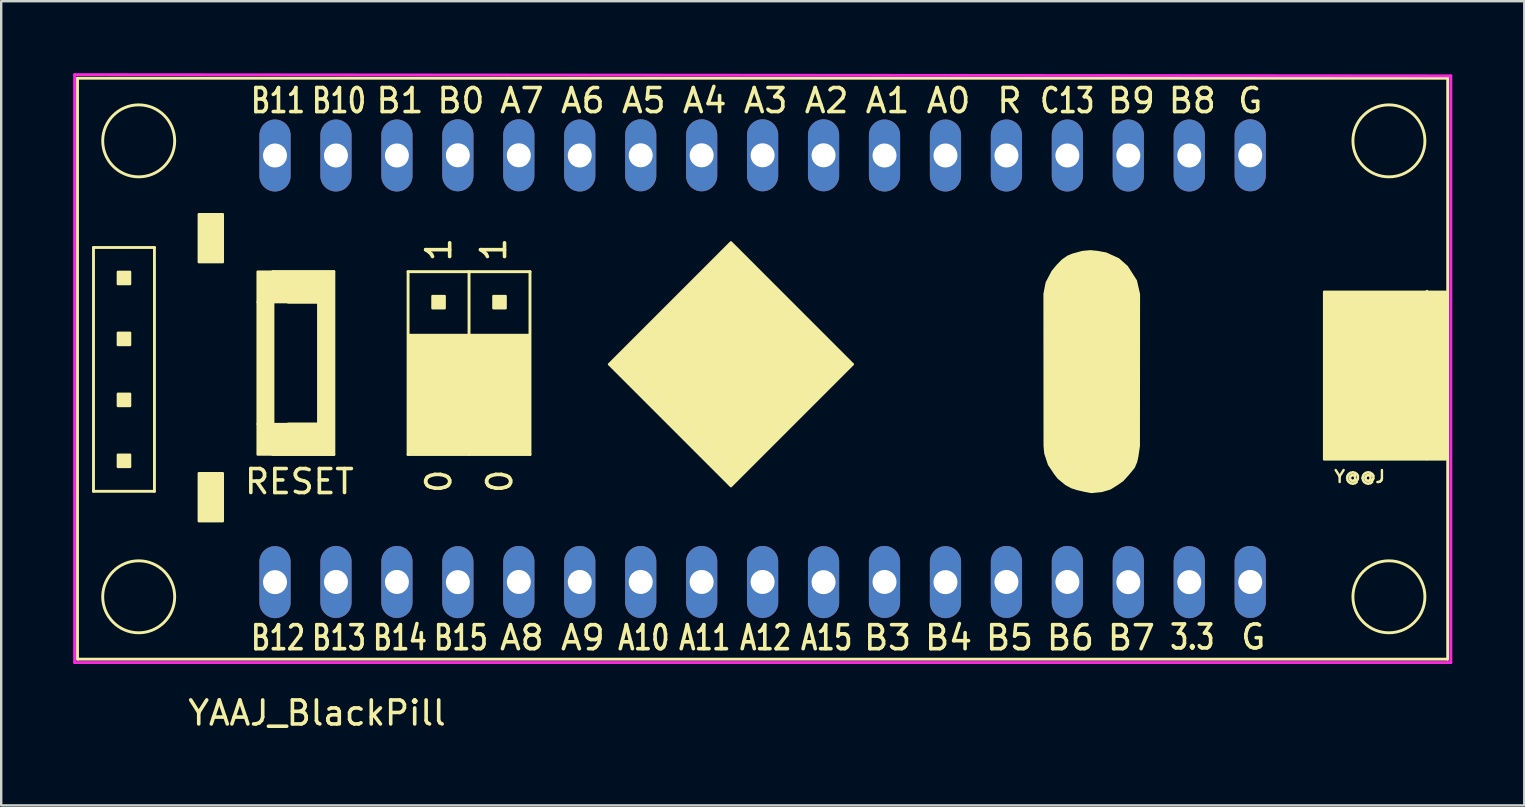
<source format=kicad_pcb>
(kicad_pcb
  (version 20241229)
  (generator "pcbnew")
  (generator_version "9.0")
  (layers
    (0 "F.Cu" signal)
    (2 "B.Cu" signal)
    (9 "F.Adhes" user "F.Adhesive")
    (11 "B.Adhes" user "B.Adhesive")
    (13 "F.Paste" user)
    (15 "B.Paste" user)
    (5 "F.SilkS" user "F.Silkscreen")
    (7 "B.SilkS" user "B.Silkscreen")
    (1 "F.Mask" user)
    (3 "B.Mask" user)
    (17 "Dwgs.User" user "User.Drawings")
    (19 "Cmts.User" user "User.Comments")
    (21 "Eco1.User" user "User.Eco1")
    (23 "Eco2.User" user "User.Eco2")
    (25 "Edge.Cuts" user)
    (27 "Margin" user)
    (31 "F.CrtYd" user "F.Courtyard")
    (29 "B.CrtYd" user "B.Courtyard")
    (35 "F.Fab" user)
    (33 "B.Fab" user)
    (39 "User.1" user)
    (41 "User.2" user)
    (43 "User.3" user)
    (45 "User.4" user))
  (footprint "YAAJ_BlackPill"
    (layer "F.Cu")
    (at 8.41 21.21)
    (property "Reference" "YAAJ_BlackPill" (at 1.75 5.453 180) (layer "F.SilkS") (effects (font (size 1 1) (thickness 0.15))))
    (attr through_hole)
    (fp_line (start -8.23 -21) (end 48.87 -21) (stroke (width 0.12) (type solid)) (layer "F.SilkS"))
    (fp_line (start -8.23 3.21) (end -8.23 -21) (stroke (width 0.12) (type solid)) (layer "F.SilkS"))
    (fp_line (start -7.564 -13.946) (end -7.564 -3.786) (stroke (width 0.12) (type solid)) (layer "F.SilkS"))
    (fp_line (start -7.564 -3.786) (end -5.024 -3.786) (stroke (width 0.12) (type solid)) (layer "F.SilkS"))
    (fp_line (start -5.024 -13.946) (end -7.564 -13.946) (stroke (width 0.12) (type solid)) (layer "F.SilkS"))
    (fp_line (start -5.024 -3.786) (end -5.024 -13.946) (stroke (width 0.12) (type solid)) (layer "F.SilkS"))
    (fp_line (start -0.088 -12.939) (end 2.452 -12.939) (stroke (width 0.12) (type solid)) (layer "F.SilkS"))
    (fp_line (start -0.088 -5.319) (end -0.088 -12.939) (stroke (width 0.12) (type solid)) (layer "F.SilkS"))
    (fp_line (start 0.547 -11.669) (end 1.817 -11.669) (stroke (width 0.12) (type solid)) (layer "F.SilkS"))
    (fp_line (start 1.817 -11.669) (end 1.817 -6.589) (stroke (width 0.12) (type solid)) (layer "F.SilkS"))
    (fp_line (start 1.817 -6.589) (end 0.547 -6.589) (stroke (width 0.12) (type solid)) (layer "F.SilkS"))
    (fp_line (start 2.452 -12.939) (end 2.452 -5.319) (stroke (width 0.12) (type solid)) (layer "F.SilkS"))
    (fp_line (start 2.452 -5.319) (end -0.088 -5.319) (stroke (width 0.12) (type solid)) (layer "F.SilkS"))
    (fp_line (start 5.546 -12.939) (end 5.546 -5.319) (stroke (width 0.12) (type solid)) (layer "F.SilkS"))
    (fp_line (start 5.546 -5.319) (end 10.626 -5.319) (stroke (width 0.12) (type solid)) (layer "F.SilkS"))
    (fp_line (start 8.086 -5.319) (end 8.086 -12.939) (stroke (width 0.12) (type solid)) (layer "F.SilkS"))
    (fp_line (start 10.626 -12.939) (end 5.546 -12.939) (stroke (width 0.12) (type solid)) (layer "F.SilkS"))
    (fp_line (start 10.626 -5.319) (end 10.626 -12.939) (stroke (width 0.12) (type solid)) (layer "F.SilkS"))
    (fp_line (start 35.151 -4.58) (end 35.151 -10.676) (stroke (width 0.12) (type solid)) (layer "F.SilkS"))
    (fp_line (start 48.004 -5.135) (end 48.004 -12.12) (stroke (width 0.12) (type solid)) (layer "F.SilkS"))
    (fp_line (start 48.87 -21) (end 48.87 3.21) (stroke (width 0.12) (type solid)) (layer "F.SilkS"))
    (fp_line (start 48.87 3.21) (end -8.23 3.21) (stroke (width 0.12) (type solid)) (layer "F.SilkS"))
    (fp_circle (center -5.68 -18.39) (end -4.18 -18.39) (stroke (width 0.12) (type solid)) (fill no) (layer "F.SilkS"))
    (fp_circle (center -5.68 0.61) (end -4.18 0.61) (stroke (width 0.12) (type solid)) (fill no) (layer "F.SilkS"))
    (fp_circle (center 46.42 -18.39) (end 47.92 -18.39) (stroke (width 0.12) (type solid)) (fill no) (layer "F.SilkS"))
    (fp_circle (center 46.42 0.61) (end 47.92 0.61) (stroke (width 0.12) (type solid)) (fill no) (layer "F.SilkS"))
    (fp_poly (pts (xy -6.548 -12.422) (xy -6.04 -12.422) (xy -6.04 -12.93) (xy -6.548 -12.93)) (stroke (width 0.1) (type solid)) (fill yes) (layer "F.SilkS"))
    (fp_poly (pts (xy -6.548 -9.882) (xy -6.04 -9.882) (xy -6.04 -10.39) (xy -6.548 -10.39)) (stroke (width 0.1) (type solid)) (fill yes) (layer "F.SilkS"))
    (fp_poly (pts (xy -6.548 -7.342) (xy -6.04 -7.342) (xy -6.04 -7.85) (xy -6.548 -7.85)) (stroke (width 0.1) (type solid)) (fill yes) (layer "F.SilkS"))
    (fp_poly (pts (xy -6.548 -4.802) (xy -6.04 -4.802) (xy -6.04 -5.31) (xy -6.548 -5.31)) (stroke (width 0.1) (type solid)) (fill yes) (layer "F.SilkS"))
    (fp_poly (pts (xy -3.175 -15.335) (xy -3.175 -13.335) (xy -2.175 -13.335) (xy -2.175 -15.335)) (stroke (width 0.1) (type solid)) (fill yes) (layer "F.SilkS"))
    (fp_poly (pts (xy -2.175 -4.54) (xy -3.175 -4.54) (xy -3.175 -2.54) (xy -2.175 -2.54)) (stroke (width 0.1) (type solid)) (fill yes) (layer "F.SilkS"))
    (fp_poly (pts (xy -0.088 -6.589) (xy -0.723 -6.589) (xy -0.723 -11.669) (xy -0.088 -11.669)) (stroke (width 0.1) (type solid)) (fill yes) (layer "F.SilkS"))
    (fp_poly (pts (xy 2.452 -11.669) (xy -0.723 -11.669) (xy -0.723 -12.939) (xy 2.452 -12.939)) (stroke (width 0.1) (type solid)) (fill yes) (layer "F.SilkS"))
    (fp_poly (pts (xy 2.452 -6.589) (xy 1.817 -6.589) (xy 1.817 -11.669) (xy 2.452 -11.669)) (stroke (width 0.1) (type solid)) (fill yes) (layer "F.SilkS"))
    (fp_poly (pts (xy 2.452 -5.319) (xy -0.723 -5.319) (xy -0.723 -6.589) (xy 2.452 -6.589)) (stroke (width 0.1) (type solid)) (fill yes) (layer "F.SilkS"))
    (fp_poly (pts (xy 5.6 -5.4) (xy 5.6 -10.3) (xy 10.6 -10.3) (xy 10.6 -5.4)) (stroke (width 0.1) (type solid)) (fill yes) (layer "F.SilkS"))
    (fp_poly (pts (xy 7.07 -11.415) (xy 6.562 -11.415) (xy 6.562 -11.923) (xy 7.07 -11.923)) (stroke (width 0.1) (type solid)) (fill yes) (layer "F.SilkS"))
    (fp_poly (pts (xy 7.07 -8.875) (xy 6.562 -8.875) (xy 6.562 -9.383) (xy 7.07 -9.383)) (stroke (width 0.1) (type solid)) (fill yes) (layer "F.SilkS"))
    (fp_poly (pts (xy 7.07 -6.335) (xy 7.07 -6.843) (xy 6.562 -6.843) (xy 6.562 -6.335)) (stroke (width 0.1) (type solid)) (fill yes) (layer "F.SilkS"))
    (fp_poly (pts (xy 9.61 -11.415) (xy 9.61 -11.923) (xy 9.102 -11.923) (xy 9.102 -11.415)) (stroke (width 0.1) (type solid)) (fill yes) (layer "F.SilkS"))
    (fp_poly (pts (xy 9.61 -8.875) (xy 9.102 -8.875) (xy 9.102 -9.383) (xy 9.61 -9.383)) (stroke (width 0.1) (type solid)) (fill yes) (layer "F.SilkS"))
    (fp_poly (pts (xy 9.61 -6.335) (xy 9.102 -6.335) (xy 9.102 -6.843) (xy 9.61 -6.843)) (stroke (width 0.1) (type solid)) (fill yes) (layer "F.SilkS"))
    (fp_poly (pts (xy 13.92 -9.08) (xy 19 -4) (xy 24.08 -9.08) (xy 19 -14.16)) (stroke (width 0.1) (type solid)) (fill yes) (layer "F.SilkS"))
    (fp_poly (pts (xy 43.72 -5.115) (xy 48.8 -5.115) (xy 48.8 -12.1) (xy 43.72 -12.1)) (stroke (width 0.1) (type solid)) (fill yes) (layer "F.SilkS"))
    (fp_poly (pts (xy 32.104 -5.371) (xy 32.257 -4.907) (xy 32.514 -4.524) (xy 32.65 -4.347) (xy 32.965 -4.088) (xy 33.198 -3.961) (xy 33.43 -3.885) (xy 33.734 -3.814) (xy 34.021 -3.76) (xy 34.448 -3.803) (xy 34.798 -3.906) (xy 35.103 -4.098) (xy 35.319 -4.25) (xy 35.545 -4.499) (xy 35.784 -4.789) (xy 35.881 -5.018) (xy 35.926 -5.211) (xy 35.995 -5.675) (xy 36 -12) (xy 35.873 -12.556) (xy 35.5 -13.14) (xy 35.149 -13.453) (xy 34.633 -13.69) (xy 34.288 -13.754) (xy 33.983 -13.786) (xy 33.651 -13.755) (xy 33.249 -13.646) (xy 33.051 -13.565) (xy 32.828 -13.412) (xy 32.612 -13.191) (xy 32.406 -12.942) (xy 32.162 -12.48) (xy 32.071 -12.005) (xy 32.076 -5.683)) (stroke (width 0.1) (type solid)) (fill yes) (layer "F.SilkS"))
    (fp_line (start -8.35 -21.15) (end -8.35 3.35) (stroke (width 0.12) (type solid)) (layer "F.CrtYd"))
    (fp_line (start -8.35 3.35) (end 49 3.35) (stroke (width 0.12) (type solid)) (layer "F.CrtYd"))
    (fp_line (start 49 -21.1) (end -8.35 -21.15) (stroke (width 0.12) (type solid)) (layer "F.CrtYd"))
    (fp_line (start 49 3.35) (end 49 -21.1) (stroke (width 0.12) (type solid)) (layer "F.CrtYd"))
    (fp_text user "A11" (at 17.907 2.317 0) (layer "F.SilkS") (effects (font (size 1 0.762) (thickness 0.15))))
    (fp_text user "B10" (at 2.667 -20.066 0) (layer "F.SilkS") (effects (font (size 1 0.762) (thickness 0.15))))
    (fp_text user "A6" (at 12.827 -20.066 0) (layer "F.SilkS") (effects (font (size 1 1) (thickness 0.15))))
    (fp_text user "RESET" (at 1.016 -4.191 0) (layer "F.SilkS") (effects (font (size 1 1) (thickness 0.15))))
    (fp_text user "1" (at 6.824 -13.856 90) (layer "F.SilkS") (effects (font (size 1 1) (thickness 0.15))))
    (fp_text user "B6" (at 33.147 2.317 0) (layer "F.SilkS") (effects (font (size 1 1) (thickness 0.15))))
    (fp_text user "B14" (at 5.207 2.317 0) (layer "F.SilkS") (effects (font (size 1 0.762) (thickness 0.15))))
    (fp_text user "A4" (at 17.907 -20.066 0) (layer "F.SilkS") (effects (font (size 1 1) (thickness 0.15))))
    (fp_text user "A5" (at 15.367 -20.066 0) (layer "F.SilkS") (effects (font (size 1 1) (thickness 0.15))))
    (fp_text user "A7" (at 10.287 -20.066 0) (layer "F.SilkS") (effects (font (size 1 1) (thickness 0.15))))
    (fp_text user "B13" (at 2.667 2.317 0) (layer "F.SilkS") (effects (font (size 1 0.762) (thickness 0.15))))
    (fp_text user "0" (at 9.364 -4.204 90) (layer "F.SilkS") (effects (font (size 1 1) (thickness 0.15))))
    (fp_text user "A2" (at 22.987 -20.066 0) (layer "F.SilkS") (effects (font (size 1 1) (thickness 0.15))))
    (fp_text user "A0" (at 28.067 -20.066 0) (layer "F.SilkS") (effects (font (size 1 1) (thickness 0.15))))
    (fp_text user "B3" (at 25.527 2.317 0) (layer "F.SilkS") (effects (font (size 1 1) (thickness 0.15))))
    (fp_text user "A9" (at 12.827 2.317 0) (layer "F.SilkS") (effects (font (size 1 1) (thickness 0.15))))
    (fp_text user "B12" (at 0.127 2.317 0) (layer "F.SilkS") (effects (font (size 1 0.762) (thickness 0.15))))
    (fp_text user "1" (at 9.11 -13.856 90) (layer "F.SilkS") (effects (font (size 1 1) (thickness 0.15))))
    (fp_text user "B7" (at 35.687 2.317 0) (layer "F.SilkS") (effects (font (size 1 1) (thickness 0.15))))
    (fp_text user "B4" (at 28.067 2.317 0) (layer "F.SilkS") (effects (font (size 1 1) (thickness 0.15))))
    (fp_text user "B1" (at 5.207 -20.066 0) (layer "F.SilkS") (effects (font (size 1 1) (thickness 0.15))))
    (fp_text user "3.3" (at 38.227 2.286 0) (layer "F.SilkS") (effects (font (size 1 0.762) (thickness 0.15))))
    (fp_text user "B8" (at 38.227 -20.066 0) (layer "F.SilkS") (effects (font (size 1 1) (thickness 0.15))))
    (fp_text user "B11" (at 0.127 -20.066 0) (layer "F.SilkS") (effects (font (size 1 0.762) (thickness 0.15))))
    (fp_text user "A15" (at 22.987 2.317 0) (layer "F.SilkS") (effects (font (size 1 0.762) (thickness 0.15))))
    (fp_text user "B15" (at 7.747 2.317 0) (layer "F.SilkS") (effects (font (size 1 0.762) (thickness 0.15))))
    (fp_text user "A8" (at 10.287 2.317 0) (layer "F.SilkS") (effects (font (size 1 1) (thickness 0.15))))
    (fp_text user "A10" (at 15.367 2.317 0) (layer "F.SilkS") (effects (font (size 1 0.762) (thickness 0.15))))
    (fp_text user "A12" (at 20.447 2.317 0) (layer "F.SilkS") (effects (font (size 1 0.762) (thickness 0.15))))
    (fp_text user "B0" (at 7.747 -20.066 0) (layer "F.SilkS") (effects (font (size 1 1) (thickness 0.15))))
    (fp_text user "G" (at 40.64 -20.066 0) (layer "F.SilkS") (effects (font (size 1 1) (thickness 0.15))))
    (fp_text user "R" (at 30.607 -20.066 0) (layer "F.SilkS") (effects (font (size 1 1) (thickness 0.15))))
    (fp_text user "B5" (at 30.607 2.317 0) (layer "F.SilkS") (effects (font (size 1 1) (thickness 0.15))))
    (fp_text user "A3" (at 20.447 -20.066 0) (layer "F.SilkS") (effects (font (size 1 1) (thickness 0.15))))
    (fp_text user "Y@@J" (at 45.2 -4.4 0) (layer "F.SilkS") (effects (font (size 0.5 0.5) (thickness 0.1))))
    (fp_text user "B9" (at 35.687 -20.066 0) (layer "F.SilkS") (effects (font (size 1 1) (thickness 0.15))))
    (fp_text user "0" (at 6.824 -4.204 90) (layer "F.SilkS") (effects (font (size 1 1) (thickness 0.15))))
    (fp_text user "G" (at 40.767 2.286 0) (layer "F.SilkS") (effects (font (size 1 1) (thickness 0.15))))
    (fp_text user "A1" (at 25.527 -20.066 0) (layer "F.SilkS") (effects (font (size 1 1) (thickness 0.15))))
    (fp_text user "C13" (at 33.02 -20.066 0) (layer "F.SilkS") (effects (font (size 1 0.762) (thickness 0.15))))
    (pad "1" thru_hole oval (at 0 0) (size 1.3 3) (drill 1) (layers "*.Cu" "*.Mask"))
    (pad "2" thru_hole oval (at 2.54 -0.008) (size 1.3 3) (drill 1) (layers "*.Cu" "*.Mask"))
    (pad "3" thru_hole oval (at 5.08 -0.008) (size 1.3 3) (drill 1) (layers "*.Cu" "*.Mask"))
    (pad "4" thru_hole oval (at 7.62 0) (size 1.3 3) (drill 1) (layers "*.Cu" "*.Mask"))
    (pad "5" thru_hole oval (at 10.16 -0.008) (size 1.3 3) (drill 1) (layers "*.Cu" "*.Mask"))
    (pad "6" thru_hole oval (at 12.7 -0.008) (size 1.3 3) (drill 1) (layers "*.Cu" "*.Mask"))
    (pad "7" thru_hole oval (at 15.24 -0.008) (size 1.3 3) (drill 1) (layers "*.Cu" "*.Mask"))
    (pad "8" thru_hole oval (at 17.78 -0.008) (size 1.3 3) (drill 1) (layers "*.Cu" "*.Mask"))
    (pad "9" thru_hole oval (at 20.32 -0.008) (size 1.3 3) (drill 1) (layers "*.Cu" "*.Mask"))
    (pad "10" thru_hole oval (at 22.86 0) (size 1.3 3) (drill 1) (layers "*.Cu" "*.Mask"))
    (pad "11" thru_hole oval (at 25.4 -0.008) (size 1.3 3) (drill 1) (layers "*.Cu" "*.Mask"))
    (pad "12" thru_hole oval (at 27.94 0) (size 1.3 3) (drill 1) (layers "*.Cu" "*.Mask"))
    (pad "13" thru_hole oval (at 30.48 -0.008) (size 1.3 3) (drill 1) (layers "*.Cu" "*.Mask"))
    (pad "14" thru_hole oval (at 33.02 -0.008) (size 1.3 3) (drill 1) (layers "*.Cu" "*.Mask"))
    (pad "15" thru_hole oval (at 35.56 0) (size 1.3 3) (drill 1) (layers "*.Cu" "*.Mask"))
    (pad "16" thru_hole oval (at 38.1 0) (size 1.3 3) (drill 1) (layers "*.Cu" "*.Mask"))
    (pad "17" thru_hole oval (at 40.64 -0.008) (size 1.3 3) (drill 1) (layers "*.Cu" "*.Mask"))
    (pad "18" thru_hole oval (at 40.64 -17.788) (size 1.3 3) (drill 1) (layers "*.Cu" "*.Mask"))
    (pad "19" thru_hole oval (at 38.1 -17.78) (size 1.3 3) (drill 1) (layers "*.Cu" "*.Mask"))
    (pad "20" thru_hole oval (at 35.56 -17.78) (size 1.3 3) (drill 1) (layers "*.Cu" "*.Mask"))
    (pad "21" thru_hole oval (at 33.02 -17.78) (size 1.3 3) (drill 1) (layers "*.Cu" "*.Mask"))
    (pad "22" thru_hole oval (at 30.48 -17.78) (size 1.3 3) (drill 1) (layers "*.Cu" "*.Mask"))
    (pad "23" thru_hole oval (at 27.94 -17.78) (size 1.3 3) (drill 1) (layers "*.Cu" "*.Mask"))
    (pad "24" thru_hole oval (at 25.4 -17.78) (size 1.3 3) (drill 1) (layers "*.Cu" "*.Mask"))
    (pad "25" thru_hole oval (at 22.86 -17.788) (size 1.3 3) (drill 1) (layers "*.Cu" "*.Mask"))
    (pad "26" thru_hole oval (at 20.32 -17.788) (size 1.3 3) (drill 1) (layers "*.Cu" "*.Mask"))
    (pad "27" thru_hole oval (at 17.78 -17.788) (size 1.3 3) (drill 1) (layers "*.Cu" "*.Mask"))
    (pad "28" thru_hole oval (at 15.24 -17.788) (size 1.3 3) (drill 1) (layers "*.Cu" "*.Mask"))
    (pad "29" thru_hole oval (at 12.7 -17.78) (size 1.3 3) (drill 1) (layers "*.Cu" "*.Mask"))
    (pad "30" thru_hole oval (at 10.16 -17.788) (size 1.3 3) (drill 1) (layers "*.Cu" "*.Mask"))
    (pad "31" thru_hole oval (at 7.62 -17.788) (size 1.3 3) (drill 1) (layers "*.Cu" "*.Mask"))
    (pad "32" thru_hole oval (at 5.08 -17.78) (size 1.3 3) (drill 1) (layers "*.Cu" "*.Mask"))
    (pad "33" thru_hole oval (at 2.54 -17.78) (size 1.3 3) (drill 1) (layers "*.Cu" "*.Mask"))
    (pad "34" thru_hole oval (at 0 -17.78) (size 1.3 3) (drill 1) (layers "*.Cu" "*.Mask")))
  (gr_rect
    (start -3 -3)
    (end 60.47 30.512)
    (stroke (width 0.1) (type default))
    (fill no)
    (layer "Edge.Cuts")))
</source>
